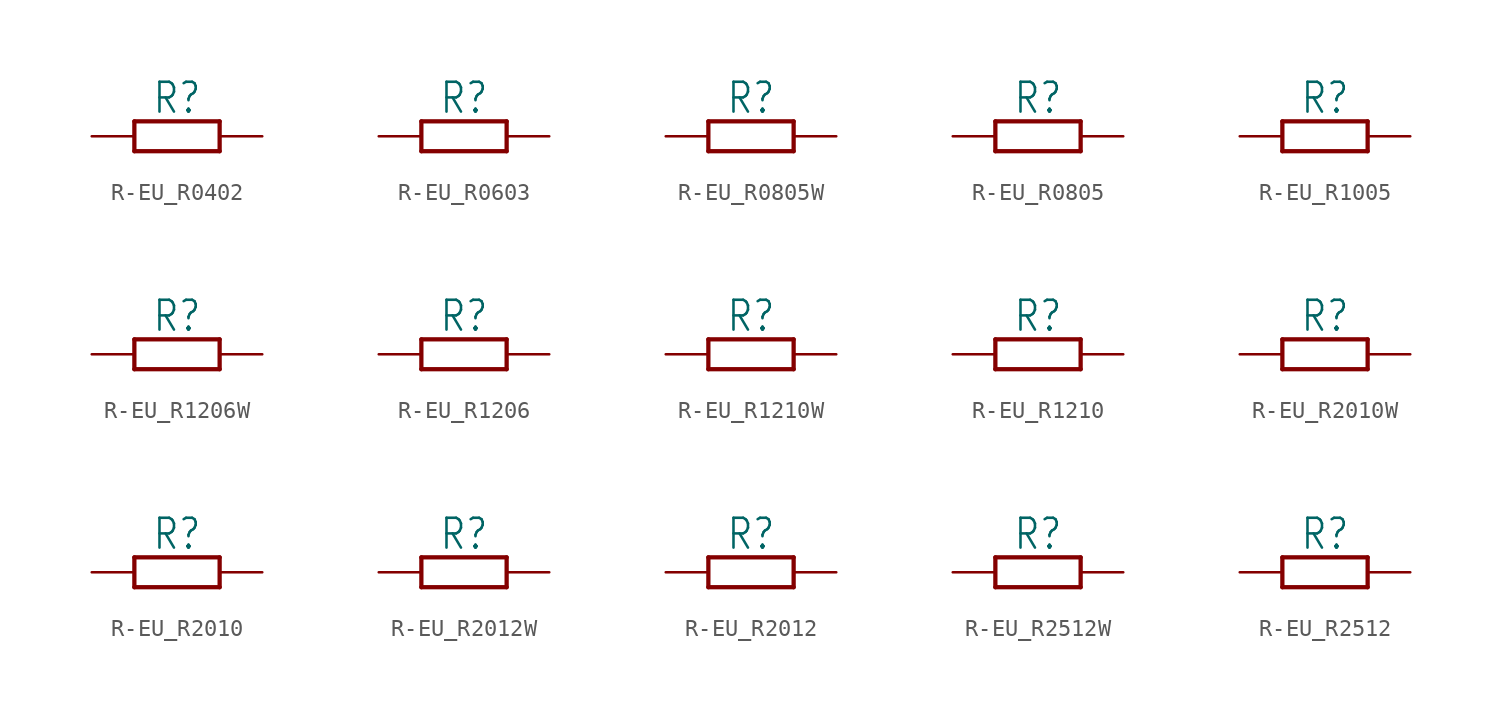
<source format=kicad_sym>
(kicad_symbol_lib
  (version 20220914)
  (generator kicad_symbol_editor)
  (symbol "R-EU_R0402"
    (property "Reference" "R"
      (at 0 1.245 0)
      (effects (font (size 1.778 1.511)) (justify bottom)))
    (property "Value" ""
      (at 0 -1.27 0)
      (effects (font (size 1.778 1.511)) (justify top)))
    (property "ki_locked" ""
      (at 0 0 0)
      (effects (font (size 1.27 1.27))))
    (symbol "R-EU_R0402_1_0"
      (polyline (pts (xy -2.54 -0.889) (xy -2.54 0.889)) (stroke (width 0.254) (type solid)) (fill (type none)))
      (polyline (pts (xy -2.54 -0.889) (xy 2.54 -0.889)) (stroke (width 0.254) (type solid)) (fill (type none)))
      (polyline (pts (xy 2.54 -0.889) (xy 2.54 0.889)) (stroke (width 0.254) (type solid)) (fill (type none)))
      (polyline (pts (xy 2.54 0.889) (xy -2.54 0.889)) (stroke (width 0.254) (type solid)) (fill (type none)))
      (pin passive line (at -5.08 0 0) (length 2.54) (name "1" (effects (font (size 0 0)))) (number "1" (effects (font (size 0 0)))))
      (pin passive line (at 5.08 0 180) (length 2.54) (name "2" (effects (font (size 0 0)))) (number "2" (effects (font (size 0 0)))))))
  (symbol "R-EU_R0603"
    (property "Reference" "R"
      (at 0 1.245 0)
      (effects (font (size 1.778 1.511)) (justify bottom)))
    (property "Value" ""
      (at 0 -1.27 0)
      (effects (font (size 1.778 1.511)) (justify top)))
    (property "ki_locked" ""
      (at 0 0 0)
      (effects (font (size 1.27 1.27))))
    (symbol "R-EU_R0603_1_0"
      (polyline (pts (xy -2.54 -0.889) (xy -2.54 0.889)) (stroke (width 0.254) (type solid)) (fill (type none)))
      (polyline (pts (xy -2.54 -0.889) (xy 2.54 -0.889)) (stroke (width 0.254) (type solid)) (fill (type none)))
      (polyline (pts (xy 2.54 -0.889) (xy 2.54 0.889)) (stroke (width 0.254) (type solid)) (fill (type none)))
      (polyline (pts (xy 2.54 0.889) (xy -2.54 0.889)) (stroke (width 0.254) (type solid)) (fill (type none)))
      (pin passive line (at -5.08 0 0) (length 2.54) (name "1" (effects (font (size 0 0)))) (number "1" (effects (font (size 0 0)))))
      (pin passive line (at 5.08 0 180) (length 2.54) (name "2" (effects (font (size 0 0)))) (number "2" (effects (font (size 0 0)))))))
  (symbol "R-EU_R0805W"
    (property "Reference" "R"
      (at 0 1.245 0)
      (effects (font (size 1.778 1.511)) (justify bottom)))
    (property "Value" ""
      (at 0 -1.27 0)
      (effects (font (size 1.778 1.511)) (justify top)))
    (property "ki_locked" ""
      (at 0 0 0)
      (effects (font (size 1.27 1.27))))
    (symbol "R-EU_R0805W_1_0"
      (polyline (pts (xy -2.54 -0.889) (xy -2.54 0.889)) (stroke (width 0.254) (type solid)) (fill (type none)))
      (polyline (pts (xy -2.54 -0.889) (xy 2.54 -0.889)) (stroke (width 0.254) (type solid)) (fill (type none)))
      (polyline (pts (xy 2.54 -0.889) (xy 2.54 0.889)) (stroke (width 0.254) (type solid)) (fill (type none)))
      (polyline (pts (xy 2.54 0.889) (xy -2.54 0.889)) (stroke (width 0.254) (type solid)) (fill (type none)))
      (pin passive line (at -5.08 0 0) (length 2.54) (name "1" (effects (font (size 0 0)))) (number "1" (effects (font (size 0 0)))))
      (pin passive line (at 5.08 0 180) (length 2.54) (name "2" (effects (font (size 0 0)))) (number "2" (effects (font (size 0 0)))))))
  (symbol "R-EU_R0805"
    (property "Reference" "R"
      (at 0 1.245 0)
      (effects (font (size 1.778 1.511)) (justify bottom)))
    (property "Value" ""
      (at 0 -1.27 0)
      (effects (font (size 1.778 1.511)) (justify top)))
    (property "ki_locked" ""
      (at 0 0 0)
      (effects (font (size 1.27 1.27))))
    (symbol "R-EU_R0805_1_0"
      (polyline (pts (xy -2.54 -0.889) (xy -2.54 0.889)) (stroke (width 0.254) (type solid)) (fill (type none)))
      (polyline (pts (xy -2.54 -0.889) (xy 2.54 -0.889)) (stroke (width 0.254) (type solid)) (fill (type none)))
      (polyline (pts (xy 2.54 -0.889) (xy 2.54 0.889)) (stroke (width 0.254) (type solid)) (fill (type none)))
      (polyline (pts (xy 2.54 0.889) (xy -2.54 0.889)) (stroke (width 0.254) (type solid)) (fill (type none)))
      (pin passive line (at -5.08 0 0) (length 2.54) (name "1" (effects (font (size 0 0)))) (number "1" (effects (font (size 0 0)))))
      (pin passive line (at 5.08 0 180) (length 2.54) (name "2" (effects (font (size 0 0)))) (number "2" (effects (font (size 0 0)))))))
  (symbol "R-EU_R1005"
    (property "Reference" "R"
      (at 0 1.245 0)
      (effects (font (size 1.778 1.511)) (justify bottom)))
    (property "Value" ""
      (at 0 -1.27 0)
      (effects (font (size 1.778 1.511)) (justify top)))
    (property "ki_locked" ""
      (at 0 0 0)
      (effects (font (size 1.27 1.27))))
    (symbol "R-EU_R1005_1_0"
      (polyline (pts (xy -2.54 -0.889) (xy -2.54 0.889)) (stroke (width 0.254) (type solid)) (fill (type none)))
      (polyline (pts (xy -2.54 -0.889) (xy 2.54 -0.889)) (stroke (width 0.254) (type solid)) (fill (type none)))
      (polyline (pts (xy 2.54 -0.889) (xy 2.54 0.889)) (stroke (width 0.254) (type solid)) (fill (type none)))
      (polyline (pts (xy 2.54 0.889) (xy -2.54 0.889)) (stroke (width 0.254) (type solid)) (fill (type none)))
      (pin passive line (at -5.08 0 0) (length 2.54) (name "1" (effects (font (size 0 0)))) (number "1" (effects (font (size 0 0)))))
      (pin passive line (at 5.08 0 180) (length 2.54) (name "2" (effects (font (size 0 0)))) (number "2" (effects (font (size 0 0)))))))
  (symbol "R-EU_R1206W"
    (property "Reference" "R"
      (at 0 1.245 0)
      (effects (font (size 1.778 1.511)) (justify bottom)))
    (property "Value" ""
      (at 0 -1.27 0)
      (effects (font (size 1.778 1.511)) (justify top)))
    (property "ki_locked" ""
      (at 0 0 0)
      (effects (font (size 1.27 1.27))))
    (symbol "R-EU_R1206W_1_0"
      (polyline (pts (xy -2.54 -0.889) (xy -2.54 0.889)) (stroke (width 0.254) (type solid)) (fill (type none)))
      (polyline (pts (xy -2.54 -0.889) (xy 2.54 -0.889)) (stroke (width 0.254) (type solid)) (fill (type none)))
      (polyline (pts (xy 2.54 -0.889) (xy 2.54 0.889)) (stroke (width 0.254) (type solid)) (fill (type none)))
      (polyline (pts (xy 2.54 0.889) (xy -2.54 0.889)) (stroke (width 0.254) (type solid)) (fill (type none)))
      (pin passive line (at -5.08 0 0) (length 2.54) (name "1" (effects (font (size 0 0)))) (number "1" (effects (font (size 0 0)))))
      (pin passive line (at 5.08 0 180) (length 2.54) (name "2" (effects (font (size 0 0)))) (number "2" (effects (font (size 0 0)))))))
  (symbol "R-EU_R1206"
    (property "Reference" "R"
      (at 0 1.245 0)
      (effects (font (size 1.778 1.511)) (justify bottom)))
    (property "Value" ""
      (at 0 -1.27 0)
      (effects (font (size 1.778 1.511)) (justify top)))
    (property "ki_locked" ""
      (at 0 0 0)
      (effects (font (size 1.27 1.27))))
    (symbol "R-EU_R1206_1_0"
      (polyline (pts (xy -2.54 -0.889) (xy -2.54 0.889)) (stroke (width 0.254) (type solid)) (fill (type none)))
      (polyline (pts (xy -2.54 -0.889) (xy 2.54 -0.889)) (stroke (width 0.254) (type solid)) (fill (type none)))
      (polyline (pts (xy 2.54 -0.889) (xy 2.54 0.889)) (stroke (width 0.254) (type solid)) (fill (type none)))
      (polyline (pts (xy 2.54 0.889) (xy -2.54 0.889)) (stroke (width 0.254) (type solid)) (fill (type none)))
      (pin passive line (at -5.08 0 0) (length 2.54) (name "1" (effects (font (size 0 0)))) (number "1" (effects (font (size 0 0)))))
      (pin passive line (at 5.08 0 180) (length 2.54) (name "2" (effects (font (size 0 0)))) (number "2" (effects (font (size 0 0)))))))
  (symbol "R-EU_R1210W"
    (property "Reference" "R"
      (at 0 1.245 0)
      (effects (font (size 1.778 1.511)) (justify bottom)))
    (property "Value" ""
      (at 0 -1.27 0)
      (effects (font (size 1.778 1.511)) (justify top)))
    (property "ki_locked" ""
      (at 0 0 0)
      (effects (font (size 1.27 1.27))))
    (symbol "R-EU_R1210W_1_0"
      (polyline (pts (xy -2.54 -0.889) (xy -2.54 0.889)) (stroke (width 0.254) (type solid)) (fill (type none)))
      (polyline (pts (xy -2.54 -0.889) (xy 2.54 -0.889)) (stroke (width 0.254) (type solid)) (fill (type none)))
      (polyline (pts (xy 2.54 -0.889) (xy 2.54 0.889)) (stroke (width 0.254) (type solid)) (fill (type none)))
      (polyline (pts (xy 2.54 0.889) (xy -2.54 0.889)) (stroke (width 0.254) (type solid)) (fill (type none)))
      (pin passive line (at -5.08 0 0) (length 2.54) (name "1" (effects (font (size 0 0)))) (number "1" (effects (font (size 0 0)))))
      (pin passive line (at 5.08 0 180) (length 2.54) (name "2" (effects (font (size 0 0)))) (number "2" (effects (font (size 0 0)))))))
  (symbol "R-EU_R1210"
    (property "Reference" "R"
      (at 0 1.245 0)
      (effects (font (size 1.778 1.511)) (justify bottom)))
    (property "Value" ""
      (at 0 -1.27 0)
      (effects (font (size 1.778 1.511)) (justify top)))
    (property "ki_locked" ""
      (at 0 0 0)
      (effects (font (size 1.27 1.27))))
    (symbol "R-EU_R1210_1_0"
      (polyline (pts (xy -2.54 -0.889) (xy -2.54 0.889)) (stroke (width 0.254) (type solid)) (fill (type none)))
      (polyline (pts (xy -2.54 -0.889) (xy 2.54 -0.889)) (stroke (width 0.254) (type solid)) (fill (type none)))
      (polyline (pts (xy 2.54 -0.889) (xy 2.54 0.889)) (stroke (width 0.254) (type solid)) (fill (type none)))
      (polyline (pts (xy 2.54 0.889) (xy -2.54 0.889)) (stroke (width 0.254) (type solid)) (fill (type none)))
      (pin passive line (at -5.08 0 0) (length 2.54) (name "1" (effects (font (size 0 0)))) (number "1" (effects (font (size 0 0)))))
      (pin passive line (at 5.08 0 180) (length 2.54) (name "2" (effects (font (size 0 0)))) (number "2" (effects (font (size 0 0)))))))
  (symbol "R-EU_R2010W"
    (property "Reference" "R"
      (at 0 1.245 0)
      (effects (font (size 1.778 1.511)) (justify bottom)))
    (property "Value" ""
      (at 0 -1.27 0)
      (effects (font (size 1.778 1.511)) (justify top)))
    (property "ki_locked" ""
      (at 0 0 0)
      (effects (font (size 1.27 1.27))))
    (symbol "R-EU_R2010W_1_0"
      (polyline (pts (xy -2.54 -0.889) (xy -2.54 0.889)) (stroke (width 0.254) (type solid)) (fill (type none)))
      (polyline (pts (xy -2.54 -0.889) (xy 2.54 -0.889)) (stroke (width 0.254) (type solid)) (fill (type none)))
      (polyline (pts (xy 2.54 -0.889) (xy 2.54 0.889)) (stroke (width 0.254) (type solid)) (fill (type none)))
      (polyline (pts (xy 2.54 0.889) (xy -2.54 0.889)) (stroke (width 0.254) (type solid)) (fill (type none)))
      (pin passive line (at -5.08 0 0) (length 2.54) (name "1" (effects (font (size 0 0)))) (number "1" (effects (font (size 0 0)))))
      (pin passive line (at 5.08 0 180) (length 2.54) (name "2" (effects (font (size 0 0)))) (number "2" (effects (font (size 0 0)))))))
  (symbol "R-EU_R2010"
    (property "Reference" "R"
      (at 0 1.245 0)
      (effects (font (size 1.778 1.511)) (justify bottom)))
    (property "Value" ""
      (at 0 -1.27 0)
      (effects (font (size 1.778 1.511)) (justify top)))
    (property "ki_locked" ""
      (at 0 0 0)
      (effects (font (size 1.27 1.27))))
    (symbol "R-EU_R2010_1_0"
      (polyline (pts (xy -2.54 -0.889) (xy -2.54 0.889)) (stroke (width 0.254) (type solid)) (fill (type none)))
      (polyline (pts (xy -2.54 -0.889) (xy 2.54 -0.889)) (stroke (width 0.254) (type solid)) (fill (type none)))
      (polyline (pts (xy 2.54 -0.889) (xy 2.54 0.889)) (stroke (width 0.254) (type solid)) (fill (type none)))
      (polyline (pts (xy 2.54 0.889) (xy -2.54 0.889)) (stroke (width 0.254) (type solid)) (fill (type none)))
      (pin passive line (at -5.08 0 0) (length 2.54) (name "1" (effects (font (size 0 0)))) (number "1" (effects (font (size 0 0)))))
      (pin passive line (at 5.08 0 180) (length 2.54) (name "2" (effects (font (size 0 0)))) (number "2" (effects (font (size 0 0)))))))
  (symbol "R-EU_R2012W"
    (property "Reference" "R"
      (at 0 1.245 0)
      (effects (font (size 1.778 1.511)) (justify bottom)))
    (property "Value" ""
      (at 0 -1.27 0)
      (effects (font (size 1.778 1.511)) (justify top)))
    (property "ki_locked" ""
      (at 0 0 0)
      (effects (font (size 1.27 1.27))))
    (symbol "R-EU_R2012W_1_0"
      (polyline (pts (xy -2.54 -0.889) (xy -2.54 0.889)) (stroke (width 0.254) (type solid)) (fill (type none)))
      (polyline (pts (xy -2.54 -0.889) (xy 2.54 -0.889)) (stroke (width 0.254) (type solid)) (fill (type none)))
      (polyline (pts (xy 2.54 -0.889) (xy 2.54 0.889)) (stroke (width 0.254) (type solid)) (fill (type none)))
      (polyline (pts (xy 2.54 0.889) (xy -2.54 0.889)) (stroke (width 0.254) (type solid)) (fill (type none)))
      (pin passive line (at -5.08 0 0) (length 2.54) (name "1" (effects (font (size 0 0)))) (number "1" (effects (font (size 0 0)))))
      (pin passive line (at 5.08 0 180) (length 2.54) (name "2" (effects (font (size 0 0)))) (number "2" (effects (font (size 0 0)))))))
  (symbol "R-EU_R2012"
    (property "Reference" "R"
      (at 0 1.245 0)
      (effects (font (size 1.778 1.511)) (justify bottom)))
    (property "Value" ""
      (at 0 -1.27 0)
      (effects (font (size 1.778 1.511)) (justify top)))
    (property "ki_locked" ""
      (at 0 0 0)
      (effects (font (size 1.27 1.27))))
    (symbol "R-EU_R2012_1_0"
      (polyline (pts (xy -2.54 -0.889) (xy -2.54 0.889)) (stroke (width 0.254) (type solid)) (fill (type none)))
      (polyline (pts (xy -2.54 -0.889) (xy 2.54 -0.889)) (stroke (width 0.254) (type solid)) (fill (type none)))
      (polyline (pts (xy 2.54 -0.889) (xy 2.54 0.889)) (stroke (width 0.254) (type solid)) (fill (type none)))
      (polyline (pts (xy 2.54 0.889) (xy -2.54 0.889)) (stroke (width 0.254) (type solid)) (fill (type none)))
      (pin passive line (at -5.08 0 0) (length 2.54) (name "1" (effects (font (size 0 0)))) (number "1" (effects (font (size 0 0)))))
      (pin passive line (at 5.08 0 180) (length 2.54) (name "2" (effects (font (size 0 0)))) (number "2" (effects (font (size 0 0)))))))
  (symbol "R-EU_R2512W"
    (property "Reference" "R"
      (at 0 1.245 0)
      (effects (font (size 1.778 1.511)) (justify bottom)))
    (property "Value" ""
      (at 0 -1.27 0)
      (effects (font (size 1.778 1.511)) (justify top)))
    (property "ki_locked" ""
      (at 0 0 0)
      (effects (font (size 1.27 1.27))))
    (symbol "R-EU_R2512W_1_0"
      (polyline (pts (xy -2.54 -0.889) (xy -2.54 0.889)) (stroke (width 0.254) (type solid)) (fill (type none)))
      (polyline (pts (xy -2.54 -0.889) (xy 2.54 -0.889)) (stroke (width 0.254) (type solid)) (fill (type none)))
      (polyline (pts (xy 2.54 -0.889) (xy 2.54 0.889)) (stroke (width 0.254) (type solid)) (fill (type none)))
      (polyline (pts (xy 2.54 0.889) (xy -2.54 0.889)) (stroke (width 0.254) (type solid)) (fill (type none)))
      (pin passive line (at -5.08 0 0) (length 2.54) (name "1" (effects (font (size 0 0)))) (number "1" (effects (font (size 0 0)))))
      (pin passive line (at 5.08 0 180) (length 2.54) (name "2" (effects (font (size 0 0)))) (number "2" (effects (font (size 0 0)))))))
  (symbol "R-EU_R2512"
    (property "Reference" "R"
      (at 0 1.245 0)
      (effects (font (size 1.778 1.511)) (justify bottom)))
    (property "Value" ""
      (at 0 -1.27 0)
      (effects (font (size 1.778 1.511)) (justify top)))
    (property "ki_locked" ""
      (at 0 0 0)
      (effects (font (size 1.27 1.27))))
    (symbol "R-EU_R2512_1_0"
      (polyline (pts (xy -2.54 -0.889) (xy -2.54 0.889)) (stroke (width 0.254) (type solid)) (fill (type none)))
      (polyline (pts (xy -2.54 -0.889) (xy 2.54 -0.889)) (stroke (width 0.254) (type solid)) (fill (type none)))
      (polyline (pts (xy 2.54 -0.889) (xy 2.54 0.889)) (stroke (width 0.254) (type solid)) (fill (type none)))
      (polyline (pts (xy 2.54 0.889) (xy -2.54 0.889)) (stroke (width 0.254) (type solid)) (fill (type none)))
      (pin passive line (at -5.08 0 0) (length 2.54) (name "1" (effects (font (size 0 0)))) (number "1" (effects (font (size 0 0)))))
      (pin passive line (at 5.08 0 180) (length 2.54) (name "2" (effects (font (size 0 0)))) (number "2" (effects (font (size 0 0))))))))
</source>
